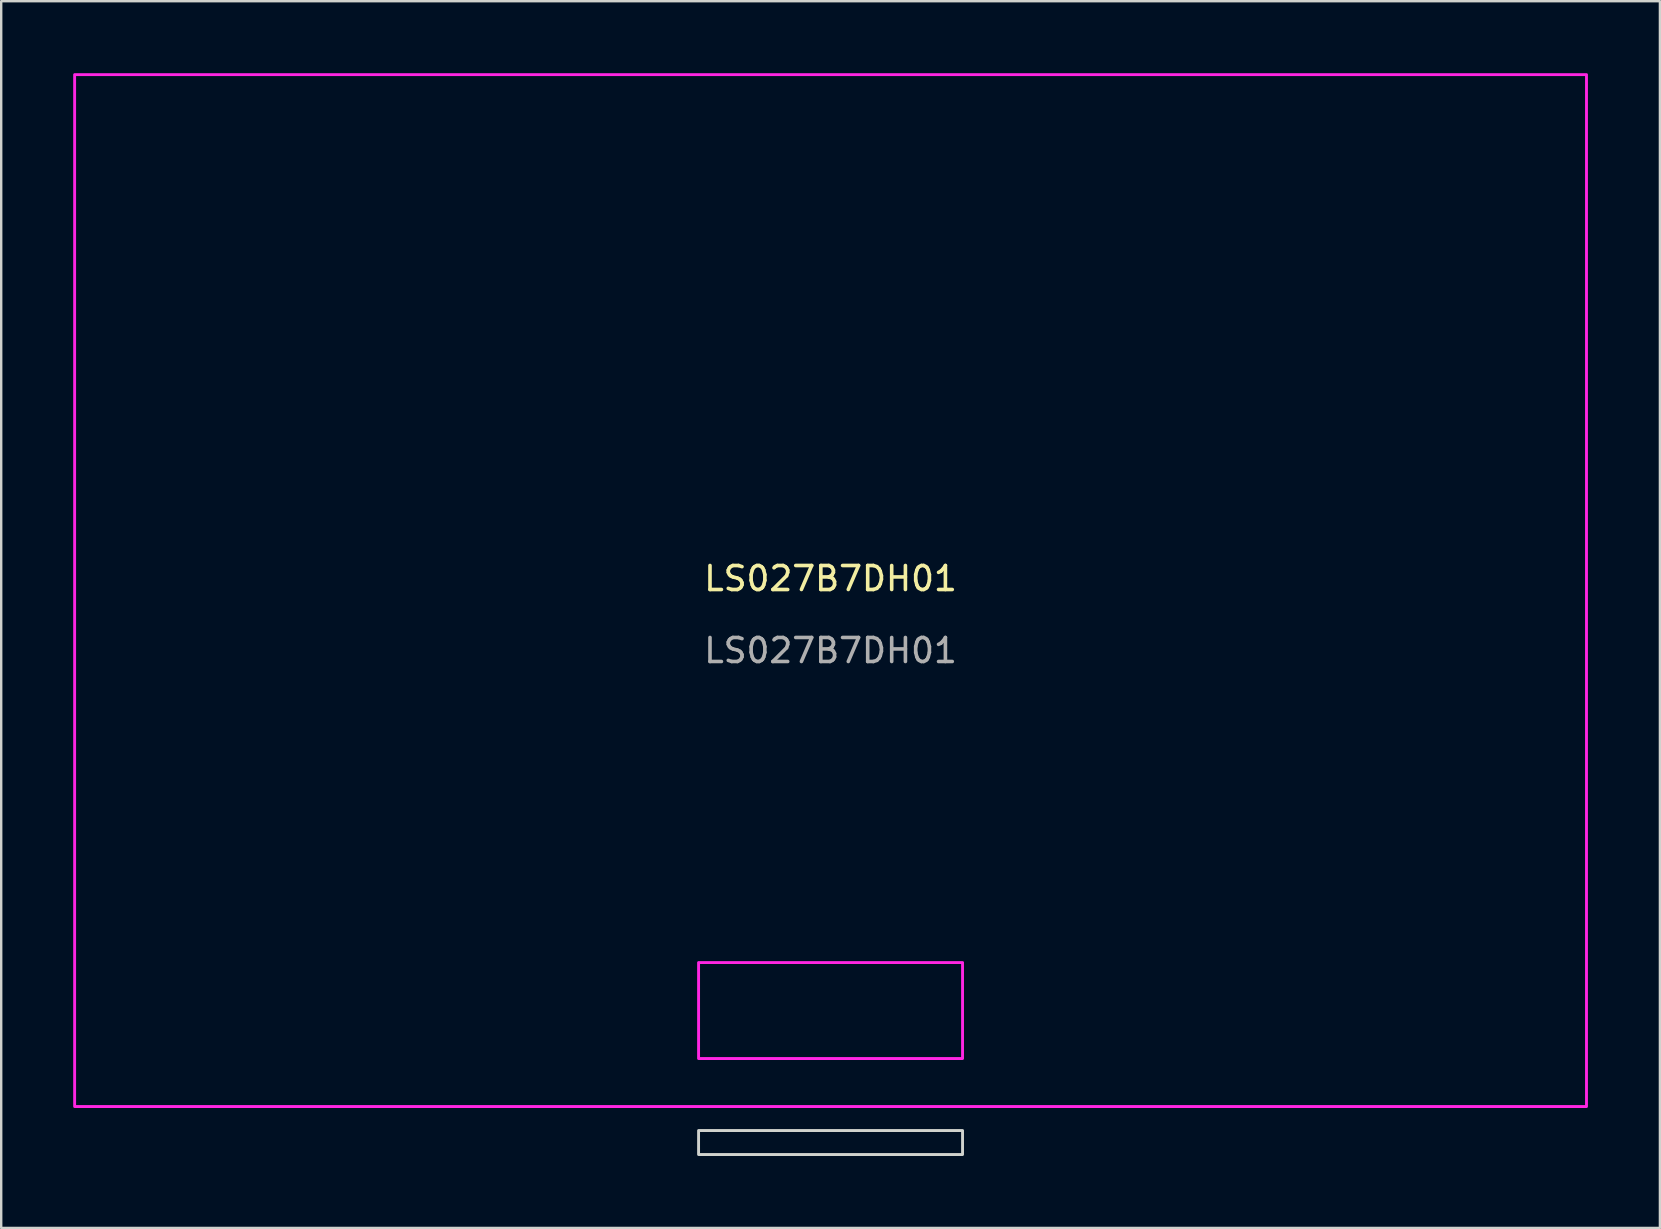
<source format=kicad_pcb>
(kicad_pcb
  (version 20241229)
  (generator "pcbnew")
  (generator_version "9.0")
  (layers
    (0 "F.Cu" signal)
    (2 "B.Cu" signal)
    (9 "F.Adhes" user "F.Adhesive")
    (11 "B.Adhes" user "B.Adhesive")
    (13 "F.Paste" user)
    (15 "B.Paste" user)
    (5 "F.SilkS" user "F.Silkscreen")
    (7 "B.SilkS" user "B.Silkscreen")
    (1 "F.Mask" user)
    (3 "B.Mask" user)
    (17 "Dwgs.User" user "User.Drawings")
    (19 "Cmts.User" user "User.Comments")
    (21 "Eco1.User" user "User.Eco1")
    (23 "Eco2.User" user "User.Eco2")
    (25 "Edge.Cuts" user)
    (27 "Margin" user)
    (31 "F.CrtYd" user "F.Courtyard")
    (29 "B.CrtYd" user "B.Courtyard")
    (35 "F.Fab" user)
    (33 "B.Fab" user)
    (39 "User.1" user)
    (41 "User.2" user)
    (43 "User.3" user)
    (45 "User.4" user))
  (footprint "LS027B7DH01"
    (layer "F.Cu")
    (at 31.56 21.56)
    (property "Reference" "LS027B7DH01" (at 0 -0.5 0) (unlocked yes) (layer "F.SilkS") (effects (font (size 1 1) (thickness 0.15))))
    (attr smd)
    (fp_rect (start -5.5 22.5) (end 5.5 23.5) (stroke (width 0.12) (type solid)) (fill no) (layer "Edge.Cuts"))
    (fp_rect (start -31.5 -21.5) (end 31.5 21.5) (stroke (width 0.12) (type solid)) (fill no) (layer "F.CrtYd"))
    (fp_rect (start 5.5 19.5) (end -5.5 15.5) (stroke (width 0.12) (type solid)) (fill no) (layer "F.CrtYd"))
    (fp_text user "${REFERENCE}" (at 0 2.5 0) (unlocked yes) (layer "F.Fab") (effects (font (size 1 1) (thickness 0.15)))))
  (gr_rect
    (start -3 -3)
    (end 66.12 48.12)
    (stroke (width 0.1) (type default))
    (fill no)
    (layer "Edge.Cuts")))
</source>
